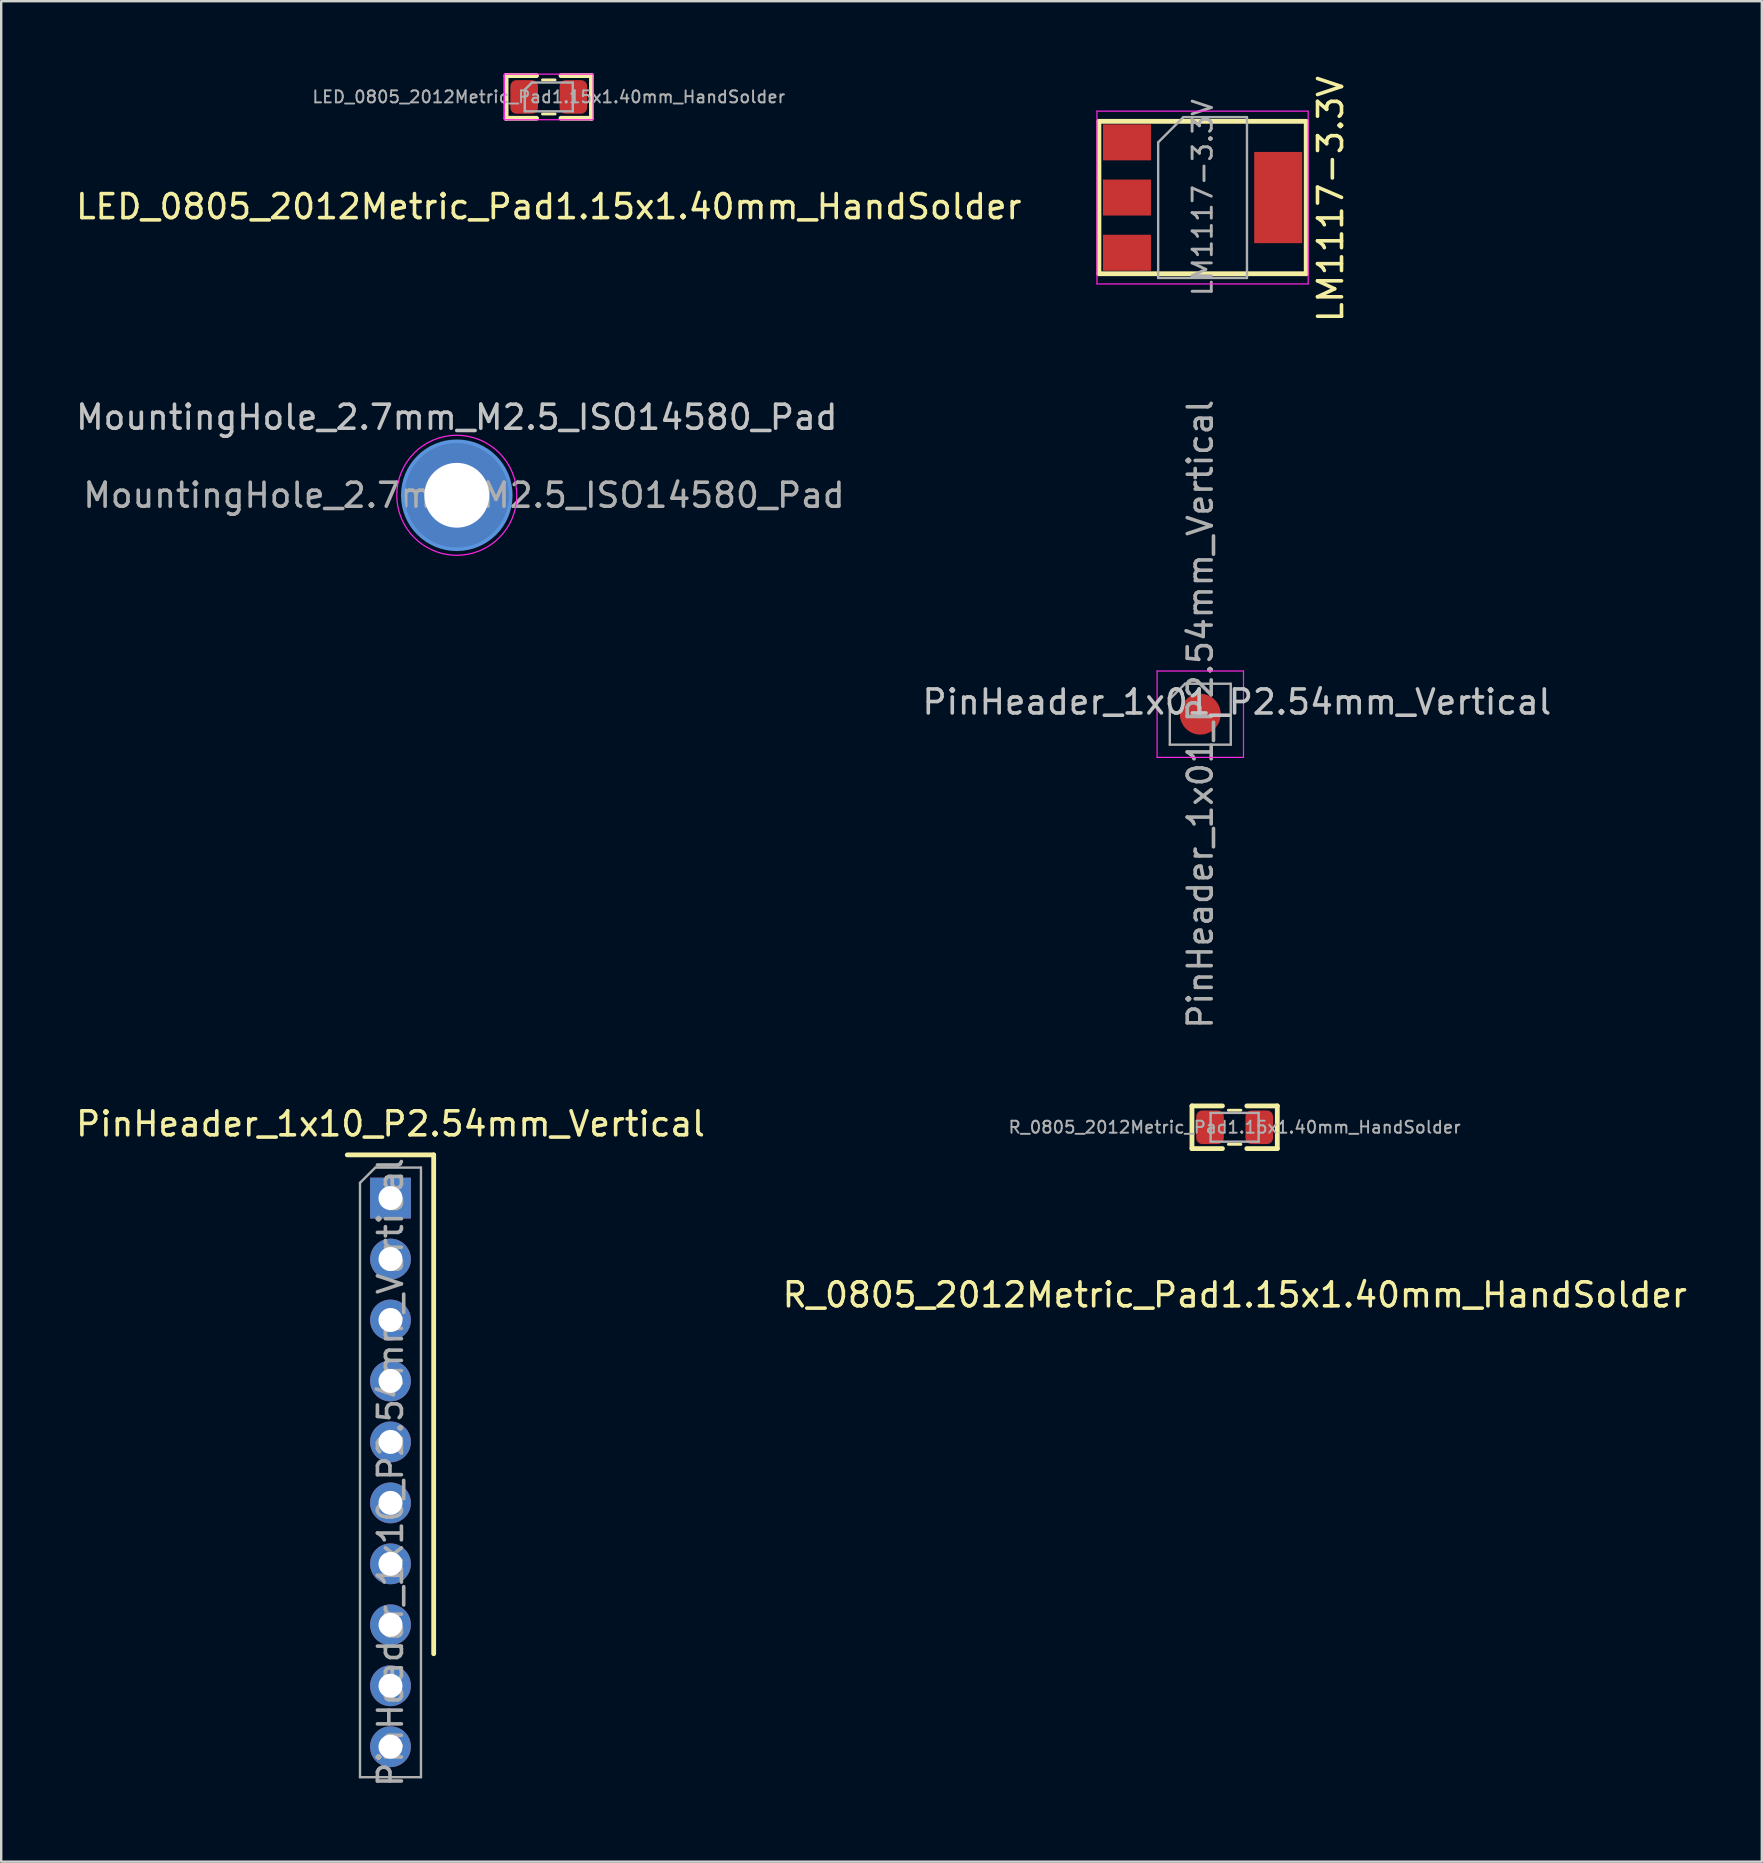
<source format=kicad_pcb>
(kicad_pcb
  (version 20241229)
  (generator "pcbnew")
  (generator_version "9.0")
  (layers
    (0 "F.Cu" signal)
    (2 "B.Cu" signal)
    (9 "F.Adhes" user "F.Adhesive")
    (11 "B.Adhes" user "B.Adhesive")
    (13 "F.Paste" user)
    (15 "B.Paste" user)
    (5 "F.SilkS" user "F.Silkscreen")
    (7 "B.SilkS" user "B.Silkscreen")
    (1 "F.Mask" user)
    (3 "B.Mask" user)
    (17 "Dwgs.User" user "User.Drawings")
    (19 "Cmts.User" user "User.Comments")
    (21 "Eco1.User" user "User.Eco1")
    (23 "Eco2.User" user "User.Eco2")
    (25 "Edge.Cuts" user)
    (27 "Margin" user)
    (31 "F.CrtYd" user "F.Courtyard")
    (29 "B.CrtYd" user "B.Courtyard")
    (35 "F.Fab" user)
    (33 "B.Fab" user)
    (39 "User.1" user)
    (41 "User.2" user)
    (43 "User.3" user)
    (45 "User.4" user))
  (footprint "LM1117-3.3V"
    (layer "F.Cu")
    (at 47.056 5.181)
    (property "Reference" "LM1117-3.3V" (at 5.334 0.064 270) (layer "F.SilkS") (effects (font (size 1 1) (thickness 0.15))))
    (attr smd)
    (fp_line (start -4.318 -3.175) (end 4.318 -3.175) (stroke (width 0.2) (type solid)) (layer "F.SilkS"))
    (fp_line (start -4.318 3.175) (end -4.318 -3.175) (stroke (width 0.2) (type solid)) (layer "F.SilkS"))
    (fp_line (start 4.318 -3.175) (end 4.318 3.175) (stroke (width 0.2) (type solid)) (layer "F.SilkS"))
    (fp_line (start 4.318 3.175) (end -4.318 3.175) (stroke (width 0.2) (type solid)) (layer "F.SilkS"))
    (fp_line (start -4.4 -3.6) (end -4.4 3.6) (stroke (width 0.05) (type solid)) (layer "F.CrtYd"))
    (fp_line (start -4.4 3.6) (end 4.4 3.6) (stroke (width 0.05) (type solid)) (layer "F.CrtYd"))
    (fp_line (start 4.4 -3.6) (end -4.4 -3.6) (stroke (width 0.05) (type solid)) (layer "F.CrtYd"))
    (fp_line (start 4.4 3.6) (end 4.4 -3.6) (stroke (width 0.05) (type solid)) (layer "F.CrtYd"))
    (fp_line (start -1.85 -2.3) (end -1.85 3.35) (stroke (width 0.1) (type solid)) (layer "F.Fab"))
    (fp_line (start -1.85 -2.3) (end -0.8 -3.35) (stroke (width 0.1) (type solid)) (layer "F.Fab"))
    (fp_line (start -1.85 3.35) (end 1.85 3.35) (stroke (width 0.1) (type solid)) (layer "F.Fab"))
    (fp_line (start -0.8 -3.35) (end 1.85 -3.35) (stroke (width 0.1) (type solid)) (layer "F.Fab"))
    (fp_line (start 1.85 -3.35) (end 1.85 3.35) (stroke (width 0.1) (type solid)) (layer "F.Fab"))
    (fp_text user "${REFERENCE}" (at 0 0 90) (layer "F.Fab") (effects (font (size 0.8 0.8) (thickness 0.12))))
    (pad "1" smd rect (at -3.15 -2.3) (size 2 1.5) (layers "F.Cu" "F.Mask" "F.Paste"))
    (pad "2" smd rect (at -3.15 0) (size 2 1.5) (layers "F.Cu" "F.Mask" "F.Paste"))
    (pad "3" smd rect (at -3.15 2.3) (size 2 1.5) (layers "F.Cu" "F.Mask" "F.Paste"))
    (pad "4" smd rect (at 3.15 0) (size 2 3.8) (layers "F.Cu" "F.Mask" "F.Paste")))
  (footprint "R_0805_2012Metric_Pad1.15x1.40mm_HandSolder"
    (layer "F.Cu")
    (at 48.392 43.918)
    (property "Reference" "R_0805_2012Metric_Pad1.15x1.40mm_HandSolder" (at 0.007 6.985 180) (layer "F.SilkS") (effects (font (size 1 1) (thickness 0.15))))
    (attr smd)
    (fp_line (start -1.778 -0.889) (end -0.508 -0.889) (stroke (width 0.2) (type solid)) (layer "F.SilkS"))
    (fp_line (start -1.778 0.889) (end -1.778 -0.889) (stroke (width 0.2) (type solid)) (layer "F.SilkS"))
    (fp_line (start -0.508 0.889) (end -1.778 0.889) (stroke (width 0.2) (type solid)) (layer "F.SilkS"))
    (fp_line (start -0.261 -0.71) (end 0.261 -0.71) (stroke (width 0.12) (type solid)) (layer "F.SilkS"))
    (fp_line (start -0.261 0.71) (end 0.261 0.71) (stroke (width 0.12) (type solid)) (layer "F.SilkS"))
    (fp_line (start 0.508 -0.889) (end 1.778 -0.889) (stroke (width 0.2) (type solid)) (layer "F.SilkS"))
    (fp_line (start 1.778 -0.889) (end 1.778 0.889) (stroke (width 0.2) (type solid)) (layer "F.SilkS"))
    (fp_line (start 1.778 0.889) (end 0.508 0.889) (stroke (width 0.2) (type solid)) (layer "F.SilkS"))
    (fp_line (start -1 -0.6) (end 1 -0.6) (stroke (width 0.1) (type solid)) (layer "F.Fab"))
    (fp_line (start -1 0.6) (end -1 -0.6) (stroke (width 0.1) (type solid)) (layer "F.Fab"))
    (fp_line (start 1 -0.6) (end 1 0.6) (stroke (width 0.1) (type solid)) (layer "F.Fab"))
    (fp_line (start 1 0.6) (end -1 0.6) (stroke (width 0.1) (type solid)) (layer "F.Fab"))
    (fp_text user "${REFERENCE}" (at 0 0 180) (layer "F.Fab") (effects (font (size 0.5 0.5) (thickness 0.08))))
    (pad "1" smd roundrect (at -1.025 0) (size 1.15 1.4) (layers "F.Cu" "F.Mask" "F.Paste") (roundrect_rratio 0.217))
    (pad "2" smd roundrect (at 1.025 0) (size 1.15 1.4) (layers "F.Cu" "F.Mask" "F.Paste") (roundrect_rratio 0.217)))
  (footprint "LED_0805_2012Metric_Pad1.15x1.40mm_HandSolder"
    (layer "F.Cu")
    (at 19.815 0.989)
    (property "Reference" "LED_0805_2012Metric_Pad1.15x1.40mm_HandSolder" (at 0 4.572 0) (layer "F.SilkS") (effects (font (size 1 1) (thickness 0.15))))
    (attr smd)
    (fp_line (start -1.778 -0.889) (end -0.508 -0.889) (stroke (width 0.2) (type solid)) (layer "F.SilkS"))
    (fp_line (start -1.778 0.889) (end -1.778 -0.889) (stroke (width 0.2) (type solid)) (layer "F.SilkS"))
    (fp_line (start -0.508 0.889) (end -1.778 0.889) (stroke (width 0.2) (type solid)) (layer "F.SilkS"))
    (fp_line (start -0.261 -0.71) (end 0.261 -0.71) (stroke (width 0.12) (type solid)) (layer "F.SilkS"))
    (fp_line (start -0.261 0.71) (end 0.261 0.71) (stroke (width 0.12) (type solid)) (layer "F.SilkS"))
    (fp_line (start 0.508 -0.889) (end 1.778 -0.889) (stroke (width 0.2) (type solid)) (layer "F.SilkS"))
    (fp_line (start 1.778 -0.889) (end 1.778 0.889) (stroke (width 0.2) (type solid)) (layer "F.SilkS"))
    (fp_line (start 1.778 0.889) (end 0.508 0.889) (stroke (width 0.2) (type solid)) (layer "F.SilkS"))
    (fp_line (start -1.85 -0.95) (end 1.85 -0.95) (stroke (width 0.05) (type solid)) (layer "F.CrtYd"))
    (fp_line (start -1.85 0.95) (end -1.85 -0.95) (stroke (width 0.05) (type solid)) (layer "F.CrtYd"))
    (fp_line (start 1.85 -0.95) (end 1.85 0.95) (stroke (width 0.05) (type solid)) (layer "F.CrtYd"))
    (fp_line (start 1.85 0.95) (end -1.85 0.95) (stroke (width 0.05) (type solid)) (layer "F.CrtYd"))
    (fp_line (start -1 -0.3) (end -1 0.6) (stroke (width 0.1) (type solid)) (layer "F.Fab"))
    (fp_line (start -1 0.6) (end 1 0.6) (stroke (width 0.1) (type solid)) (layer "F.Fab"))
    (fp_line (start -0.7 -0.6) (end -1 -0.3) (stroke (width 0.1) (type solid)) (layer "F.Fab"))
    (fp_line (start 1 -0.6) (end -0.7 -0.6) (stroke (width 0.1) (type solid)) (layer "F.Fab"))
    (fp_line (start 1 0.6) (end 1 -0.6) (stroke (width 0.1) (type solid)) (layer "F.Fab"))
    (fp_text user "${REFERENCE}" (at 0 0 0) (layer "F.Fab") (effects (font (size 0.5 0.5) (thickness 0.08))))
    (pad "1" smd roundrect (at -1.025 0) (size 1.15 1.4) (layers "F.Cu" "F.Mask" "F.Paste") (roundrect_rratio 0.217))
    (pad "2" smd roundrect (at 1.025 0) (size 1.15 1.4) (layers "F.Cu" "F.Mask" "F.Paste") (roundrect_rratio 0.217)))
  (footprint "PinHeader_1x10_P2.54mm_Vertical"
    (layer "F.Cu")
    (at 13.22 46.869)
    (property "Reference" "PinHeader_1x10_P2.54mm_Vertical" (at 0 -3.092 180) (layer "F.SilkS") (effects (font (size 1 1) (thickness 0.15))))
    (attr through_hole)
    (fp_line (start 1.8 -1.8) (end -1.8 -1.8) (stroke (width 0.2) (type solid)) (layer "F.SilkS"))
    (fp_line (start 1.8 -1.8) (end 1.8 18.986) (stroke (width 0.2) (type solid)) (layer "F.SilkS"))
    (fp_line (start -1.27 -0.635) (end -0.635 -1.27) (stroke (width 0.1) (type solid)) (layer "F.Fab"))
    (fp_line (start -1.27 24.13) (end -1.27 -0.635) (stroke (width 0.1) (type solid)) (layer "F.Fab"))
    (fp_line (start -0.635 -1.27) (end 1.27 -1.27) (stroke (width 0.1) (type solid)) (layer "F.Fab"))
    (fp_line (start 1.27 -1.27) (end 1.27 24.13) (stroke (width 0.1) (type solid)) (layer "F.Fab"))
    (fp_line (start 1.27 24.13) (end -1.27 24.13) (stroke (width 0.1) (type solid)) (layer "F.Fab"))
    (fp_text user "${REFERENCE}" (at 0 11.43 90) (layer "F.Fab") (effects (font (size 1 1) (thickness 0.15))))
    (pad "1" thru_hole rect (at 0 0) (size 1.7 1.7) (drill 1) (layers "*.Cu" "*.Mask"))
    (pad "2" thru_hole oval (at 0 2.54) (size 1.7 1.7) (drill 1) (layers "*.Cu" "*.Mask"))
    (pad "3" thru_hole oval (at 0 5.08) (size 1.7 1.7) (drill 1) (layers "*.Cu" "*.Mask"))
    (pad "4" thru_hole oval (at 0 7.62) (size 1.7 1.7) (drill 1) (layers "*.Cu" "*.Mask"))
    (pad "5" thru_hole oval (at 0 10.16) (size 1.7 1.7) (drill 1) (layers "*.Cu" "*.Mask"))
    (pad "6" thru_hole oval (at 0 12.7) (size 1.7 1.7) (drill 1) (layers "*.Cu" "*.Mask"))
    (pad "7" thru_hole oval (at 0 15.24) (size 1.7 1.7) (drill 1) (layers "*.Cu" "*.Mask"))
    (pad "8" thru_hole oval (at 0 17.78) (size 1.7 1.7) (drill 1) (layers "*.Cu" "*.Mask"))
    (pad "9" thru_hole oval (at 0 20.32) (size 1.7 1.7) (drill 1) (layers "*.Cu" "*.Mask"))
    (pad "10" thru_hole oval (at 0 22.86) (size 1.7 1.7) (drill 1) (layers "*.Cu" "*.Mask")))
  (footprint "MountingHole_2.7mm_M2.5_ISO14580_Pad"
    (layer "F.Cu")
    (at 15.982 17.586)
    (property "Reference" "MountingHole_2.7mm_M2.5_ISO14580_Pad" (at 0 -3.25 0) (layer "Dwgs.User") (effects (font (size 1 1) (thickness 0.15))))
    (attr exclude_from_pos_files exclude_from_bom)
    (fp_circle (center 0 0) (end 2.25 0) (stroke (width 0.15) (type solid)) (fill no) (layer "Cmts.User"))
    (fp_circle (center 0 0) (end 2.5 0) (stroke (width 0.05) (type solid)) (fill no) (layer "F.CrtYd"))
    (fp_text user "${REFERENCE}" (at 0.3 0 0) (layer "F.Fab") (effects (font (size 1 1) (thickness 0.15))))
    (pad "1" thru_hole circle (at 0 0) (size 4.5 4.5) (drill 2.7) (layers "*.Cu" "*.Mask")))
  (footprint "PinHeader_1x01_P2.54mm_Vertical"
    (layer "F.Cu")
    (at 46.961 26.708)
    (property "Reference" "PinHeader_1x01_P2.54mm_Vertical" (at 1.524 -0.508 0) (layer "Dwgs.User") (effects (font (size 1 1) (thickness 0.15))))
    (attr through_hole)
    (fp_line (start -1.8 -1.8) (end -1.8 1.8) (stroke (width 0.05) (type solid)) (layer "F.CrtYd"))
    (fp_line (start -1.8 1.8) (end 1.8 1.8) (stroke (width 0.05) (type solid)) (layer "F.CrtYd"))
    (fp_line (start 1.8 -1.8) (end -1.8 -1.8) (stroke (width 0.05) (type solid)) (layer "F.CrtYd"))
    (fp_line (start 1.8 1.8) (end 1.8 -1.8) (stroke (width 0.05) (type solid)) (layer "F.CrtYd"))
    (fp_line (start -1.27 -0.635) (end -0.635 -1.27) (stroke (width 0.1) (type solid)) (layer "F.Fab"))
    (fp_line (start -1.27 1.27) (end -1.27 -0.635) (stroke (width 0.1) (type solid)) (layer "F.Fab"))
    (fp_line (start -0.635 -1.27) (end 1.27 -1.27) (stroke (width 0.1) (type solid)) (layer "F.Fab"))
    (fp_line (start 1.27 -1.27) (end 1.27 1.27) (stroke (width 0.1) (type solid)) (layer "F.Fab"))
    (fp_line (start 1.27 1.27) (end -1.27 1.27) (stroke (width 0.1) (type solid)) (layer "F.Fab"))
    (fp_text user "${REFERENCE}" (at 0 0 270) (layer "F.Fab") (effects (font (size 1 1) (thickness 0.15))))
    (pad "1" smd oval (at 0 0) (size 1.7 1.7) (layers "F.Cu" "F.Mask" "F.Paste")))
  (gr_rect
    (start -3 -3)
    (end 70.357 74.519)
    (stroke (width 0.1) (type default))
    (fill no)
    (layer "Edge.Cuts")))
</source>
